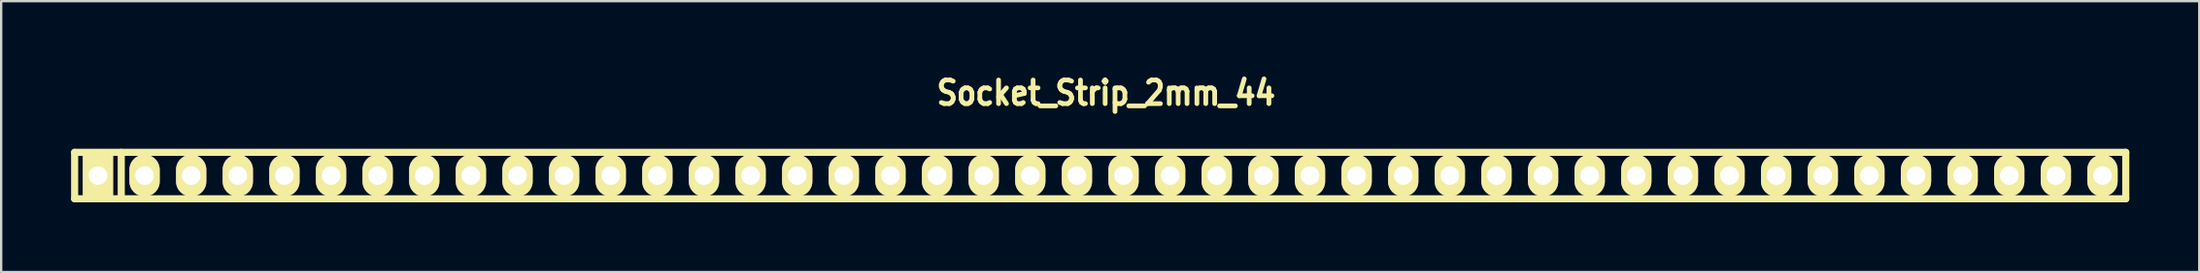
<source format=kicad_pcb>
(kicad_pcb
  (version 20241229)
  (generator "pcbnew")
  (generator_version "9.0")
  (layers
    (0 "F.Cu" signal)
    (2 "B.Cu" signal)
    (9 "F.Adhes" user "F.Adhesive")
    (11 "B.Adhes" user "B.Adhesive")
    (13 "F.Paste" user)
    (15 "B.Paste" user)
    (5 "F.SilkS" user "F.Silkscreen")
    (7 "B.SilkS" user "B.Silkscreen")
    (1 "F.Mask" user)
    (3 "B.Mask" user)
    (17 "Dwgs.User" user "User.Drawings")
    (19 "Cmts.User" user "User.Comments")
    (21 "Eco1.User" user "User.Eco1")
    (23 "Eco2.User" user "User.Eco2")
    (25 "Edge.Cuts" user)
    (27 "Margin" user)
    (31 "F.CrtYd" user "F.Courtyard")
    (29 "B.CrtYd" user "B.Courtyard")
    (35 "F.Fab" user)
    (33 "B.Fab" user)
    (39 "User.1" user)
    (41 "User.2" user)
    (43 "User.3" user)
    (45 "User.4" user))
  (footprint "Socket_Strip_2mm_44"
    (layer "F.Cu")
    (at 44.152 4.507)
    (property "Reference" "Socket_Strip_2mm_44" (at 0.254 -3.556 0) (layer "F.SilkS") (effects (font (size 1.016 0.889) (thickness 0.203))))
    (attr through_hole)
    (fp_line (start -44 -1) (end 44 -1) (stroke (width 0.305) (type solid)) (layer "F.SilkS"))
    (fp_line (start -44 1) (end -44 -1) (stroke (width 0.305) (type solid)) (layer "F.SilkS"))
    (fp_line (start -42 -1) (end -42 1) (stroke (width 0.305) (type solid)) (layer "F.SilkS"))
    (fp_line (start 44 -1) (end 44 1) (stroke (width 0.305) (type solid)) (layer "F.SilkS"))
    (fp_line (start 44 1) (end -44 1) (stroke (width 0.305) (type solid)) (layer "F.SilkS"))
    (pad "1" thru_hole rect (at -43 0) (size 1.3 1.8) (drill 0.8) (layers "*.Cu" "*.Mask" "F.SilkS"))
    (pad "2" thru_hole oval (at -41 0) (size 1.3 1.8) (drill 0.8) (layers "*.Cu" "*.Mask" "F.SilkS"))
    (pad "3" thru_hole oval (at -39 0) (size 1.3 1.8) (drill 0.8) (layers "*.Cu" "*.Mask" "F.SilkS"))
    (pad "4" thru_hole oval (at -37 0) (size 1.3 1.8) (drill 0.8) (layers "*.Cu" "*.Mask" "F.SilkS"))
    (pad "5" thru_hole oval (at -35 0) (size 1.3 1.8) (drill 0.8) (layers "*.Cu" "*.Mask" "F.SilkS"))
    (pad "6" thru_hole oval (at -33 0) (size 1.3 1.8) (drill 0.8) (layers "*.Cu" "*.Mask" "F.SilkS"))
    (pad "7" thru_hole oval (at -31 0) (size 1.3 1.8) (drill 0.8) (layers "*.Cu" "*.Mask" "F.SilkS"))
    (pad "8" thru_hole oval (at -29 0) (size 1.3 1.8) (drill 0.8) (layers "*.Cu" "*.Mask" "F.SilkS"))
    (pad "9" thru_hole oval (at -27 0) (size 1.3 1.8) (drill 0.8) (layers "*.Cu" "*.Mask" "F.SilkS"))
    (pad "10" thru_hole oval (at -25 0) (size 1.3 1.8) (drill 0.8) (layers "*.Cu" "*.Mask" "F.SilkS"))
    (pad "11" thru_hole oval (at -23 0) (size 1.3 1.8) (drill 0.8) (layers "*.Cu" "*.Mask" "F.SilkS"))
    (pad "12" thru_hole oval (at -21 0) (size 1.3 1.8) (drill 0.8) (layers "*.Cu" "*.Mask" "F.SilkS"))
    (pad "13" thru_hole oval (at -19 0) (size 1.3 1.8) (drill 0.8) (layers "*.Cu" "*.Mask" "F.SilkS"))
    (pad "14" thru_hole oval (at -17 0) (size 1.3 1.8) (drill 0.8) (layers "*.Cu" "*.Mask" "F.SilkS"))
    (pad "15" thru_hole oval (at -15 0) (size 1.3 1.8) (drill 0.8) (layers "*.Cu" "*.Mask" "F.SilkS"))
    (pad "16" thru_hole oval (at -13 0) (size 1.3 1.8) (drill 0.8) (layers "*.Cu" "*.Mask" "F.SilkS"))
    (pad "17" thru_hole oval (at -11 0) (size 1.3 1.8) (drill 0.8) (layers "*.Cu" "*.Mask" "F.SilkS"))
    (pad "18" thru_hole oval (at -9 0) (size 1.3 1.8) (drill 0.8) (layers "*.Cu" "*.Mask" "F.SilkS"))
    (pad "19" thru_hole oval (at -7 0) (size 1.3 1.8) (drill 0.8) (layers "*.Cu" "*.Mask" "F.SilkS"))
    (pad "20" thru_hole oval (at -5 0) (size 1.3 1.8) (drill 0.8) (layers "*.Cu" "*.Mask" "F.SilkS"))
    (pad "21" thru_hole oval (at -3 0) (size 1.3 1.8) (drill 0.8) (layers "*.Cu" "*.Mask" "F.SilkS"))
    (pad "22" thru_hole oval (at -1 0) (size 1.3 1.8) (drill 0.8) (layers "*.Cu" "*.Mask" "F.SilkS"))
    (pad "23" thru_hole oval (at 1 0) (size 1.3 1.8) (drill 0.8) (layers "*.Cu" "*.Mask" "F.SilkS"))
    (pad "24" thru_hole oval (at 3 0) (size 1.3 1.8) (drill 0.8) (layers "*.Cu" "*.Mask" "F.SilkS"))
    (pad "25" thru_hole oval (at 5 0) (size 1.3 1.8) (drill 0.8) (layers "*.Cu" "*.Mask" "F.SilkS"))
    (pad "26" thru_hole oval (at 7 0) (size 1.3 1.8) (drill 0.8) (layers "*.Cu" "*.Mask" "F.SilkS"))
    (pad "27" thru_hole oval (at 9 0) (size 1.3 1.8) (drill 0.8) (layers "*.Cu" "*.Mask" "F.SilkS"))
    (pad "28" thru_hole oval (at 11 0) (size 1.3 1.8) (drill 0.8) (layers "*.Cu" "*.Mask" "F.SilkS"))
    (pad "29" thru_hole oval (at 13 0) (size 1.3 1.8) (drill 0.8) (layers "*.Cu" "*.Mask" "F.SilkS"))
    (pad "30" thru_hole oval (at 15 0) (size 1.3 1.8) (drill 0.8) (layers "*.Cu" "*.Mask" "F.SilkS"))
    (pad "31" thru_hole oval (at 17 0) (size 1.3 1.8) (drill 0.8) (layers "*.Cu" "*.Mask" "F.SilkS"))
    (pad "32" thru_hole oval (at 19 0) (size 1.3 1.8) (drill 0.8) (layers "*.Cu" "*.Mask" "F.SilkS"))
    (pad "33" thru_hole oval (at 21 0) (size 1.3 1.8) (drill 0.8) (layers "*.Cu" "*.Mask" "F.SilkS"))
    (pad "34" thru_hole oval (at 23 0) (size 1.3 1.8) (drill 0.8) (layers "*.Cu" "*.Mask" "F.SilkS"))
    (pad "35" thru_hole oval (at 25 0) (size 1.3 1.8) (drill 0.8) (layers "*.Cu" "*.Mask" "F.SilkS"))
    (pad "36" thru_hole oval (at 27 0) (size 1.3 1.8) (drill 0.8) (layers "*.Cu" "*.Mask" "F.SilkS"))
    (pad "37" thru_hole oval (at 29 0) (size 1.3 1.8) (drill 0.8) (layers "*.Cu" "*.Mask" "F.SilkS"))
    (pad "38" thru_hole oval (at 31 0) (size 1.3 1.8) (drill 0.8) (layers "*.Cu" "*.Mask" "F.SilkS"))
    (pad "39" thru_hole oval (at 33 0) (size 1.3 1.8) (drill 0.8) (layers "*.Cu" "*.Mask" "F.SilkS"))
    (pad "40" thru_hole oval (at 35 0) (size 1.3 1.8) (drill 0.8) (layers "*.Cu" "*.Mask" "F.SilkS"))
    (pad "41" thru_hole oval (at 37 0) (size 1.3 1.8) (drill 0.8) (layers "*.Cu" "*.Mask" "F.SilkS"))
    (pad "42" thru_hole oval (at 39 0) (size 1.3 1.8) (drill 0.8) (layers "*.Cu" "*.Mask" "F.SilkS"))
    (pad "43" thru_hole oval (at 41 0) (size 1.3 1.8) (drill 0.8) (layers "*.Cu" "*.Mask" "F.SilkS"))
    (pad "44" thru_hole oval (at 43 0) (size 1.3 1.8) (drill 0.8) (layers "*.Cu" "*.Mask" "F.SilkS")))
  (gr_rect
    (start -3 -3)
    (end 91.305 8.659)
    (stroke (width 0.1) (type default))
    (fill no)
    (layer "Edge.Cuts")))
</source>
